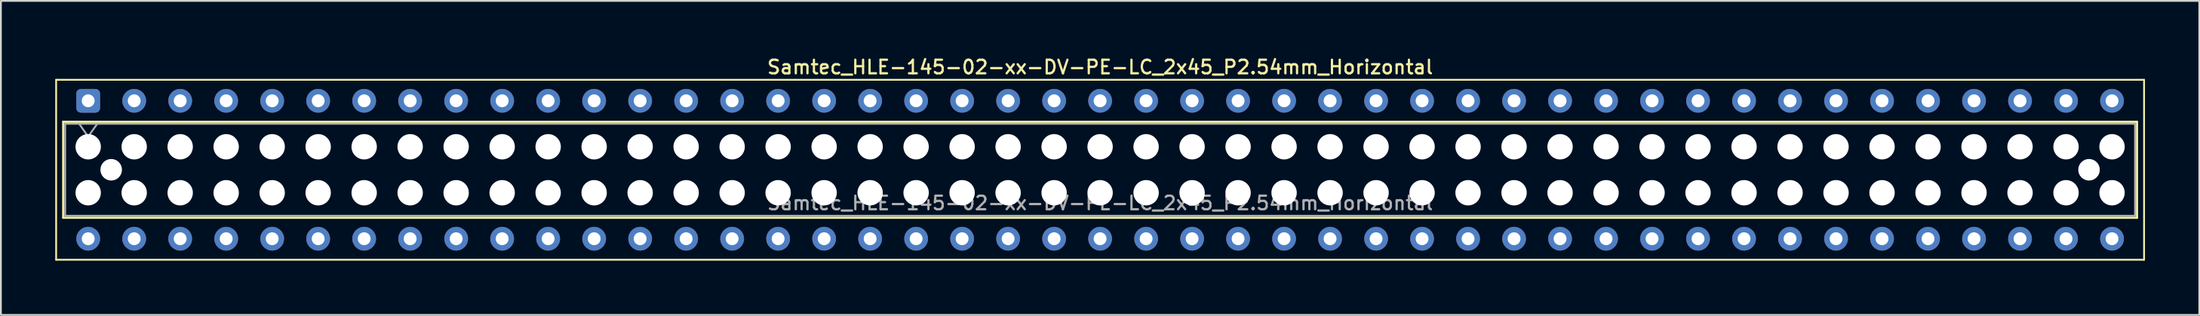
<source format=kicad_pcb>
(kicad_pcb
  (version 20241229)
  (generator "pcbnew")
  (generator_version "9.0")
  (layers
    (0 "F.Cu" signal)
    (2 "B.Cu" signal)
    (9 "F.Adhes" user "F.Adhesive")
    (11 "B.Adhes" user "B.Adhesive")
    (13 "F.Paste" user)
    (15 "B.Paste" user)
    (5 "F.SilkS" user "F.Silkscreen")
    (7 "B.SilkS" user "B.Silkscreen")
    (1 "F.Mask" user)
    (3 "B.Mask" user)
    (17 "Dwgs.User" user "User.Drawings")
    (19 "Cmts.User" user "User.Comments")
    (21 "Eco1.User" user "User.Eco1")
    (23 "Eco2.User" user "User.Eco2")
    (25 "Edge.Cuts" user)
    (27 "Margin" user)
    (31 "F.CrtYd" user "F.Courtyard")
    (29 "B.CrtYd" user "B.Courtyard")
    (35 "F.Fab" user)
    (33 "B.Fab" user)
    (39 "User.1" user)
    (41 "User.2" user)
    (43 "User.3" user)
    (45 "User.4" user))
  (footprint "Samtec_HLE-145-02-xx-DV-PE-LC_2x45_P2.54mm_Horizontal"
    (layer "F.Cu")
    (at 1.82 2.518)
    (property "Reference" "Samtec_HLE-145-02-xx-DV-PE-LC_2x45_P2.54mm_Horizontal" (at 55.88 -1.86 0) (layer "F.SilkS") (effects (font (size 0.75 0.75) (thickness 0.125))))
    (attr through_hole)
    (fp_line (start -1.77 -1.16) (end 113.53 -1.16) (stroke (width 0.1) (type solid)) (layer "F.SilkS"))
    (fp_line (start -1.77 8.78) (end -1.77 -1.16) (stroke (width 0.1) (type solid)) (layer "F.SilkS"))
    (fp_line (start -1.38 1.16) (end 113.14 1.16) (stroke (width 0.12) (type solid)) (layer "F.SilkS"))
    (fp_line (start -1.38 6.46) (end -1.38 1.16) (stroke (width 0.12) (type solid)) (layer "F.SilkS"))
    (fp_line (start 113.14 1.16) (end 113.14 6.46) (stroke (width 0.12) (type solid)) (layer "F.SilkS"))
    (fp_line (start 113.14 6.46) (end -1.38 6.46) (stroke (width 0.12) (type solid)) (layer "F.SilkS"))
    (fp_line (start 113.53 -1.16) (end 113.53 8.78) (stroke (width 0.1) (type solid)) (layer "F.SilkS"))
    (fp_line (start 113.53 8.78) (end -1.77 8.78) (stroke (width 0.1) (type solid)) (layer "F.SilkS"))
    (fp_line (start -1.27 1.27) (end 113.03 1.27) (stroke (width 0.1) (type solid)) (layer "F.Fab"))
    (fp_line (start -1.27 6.35) (end -1.27 1.27) (stroke (width 0.1) (type solid)) (layer "F.Fab"))
    (fp_line (start -0.5 1.27) (end 0 1.977) (stroke (width 0.1) (type solid)) (layer "F.Fab"))
    (fp_line (start 0 1.977) (end 0.5 1.27) (stroke (width 0.1) (type solid)) (layer "F.Fab"))
    (fp_line (start 113.03 1.27) (end 113.03 6.35) (stroke (width 0.1) (type solid)) (layer "F.Fab"))
    (fp_line (start 113.03 6.35) (end -1.27 6.35) (stroke (width 0.1) (type solid)) (layer "F.Fab"))
    (fp_text user "${REFERENCE}" (at 55.88 5.65 0) (layer "F.Fab") (effects (font (size 0.75 0.75) (thickness 0.125))))
    (pad "" np_thru_hole circle (at 0 2.54) (size 1.4 1.4) (drill 1.4) (layers "*.Cu" "*.Mask"))
    (pad "" np_thru_hole circle (at 0 5.08) (size 1.4 1.4) (drill 1.4) (layers "*.Cu" "*.Mask"))
    (pad "" np_thru_hole circle (at 1.27 3.81) (size 1.19 1.19) (drill 1.19) (layers "*.Cu" "*.Mask"))
    (pad "" np_thru_hole circle (at 2.54 2.54) (size 1.4 1.4) (drill 1.4) (layers "*.Cu" "*.Mask"))
    (pad "" np_thru_hole circle (at 2.54 5.08) (size 1.4 1.4) (drill 1.4) (layers "*.Cu" "*.Mask"))
    (pad "" np_thru_hole circle (at 5.08 2.54) (size 1.4 1.4) (drill 1.4) (layers "*.Cu" "*.Mask"))
    (pad "" np_thru_hole circle (at 5.08 5.08) (size 1.4 1.4) (drill 1.4) (layers "*.Cu" "*.Mask"))
    (pad "" np_thru_hole circle (at 7.62 2.54) (size 1.4 1.4) (drill 1.4) (layers "*.Cu" "*.Mask"))
    (pad "" np_thru_hole circle (at 7.62 5.08) (size 1.4 1.4) (drill 1.4) (layers "*.Cu" "*.Mask"))
    (pad "" np_thru_hole circle (at 10.16 2.54) (size 1.4 1.4) (drill 1.4) (layers "*.Cu" "*.Mask"))
    (pad "" np_thru_hole circle (at 10.16 5.08) (size 1.4 1.4) (drill 1.4) (layers "*.Cu" "*.Mask"))
    (pad "" np_thru_hole circle (at 12.7 2.54) (size 1.4 1.4) (drill 1.4) (layers "*.Cu" "*.Mask"))
    (pad "" np_thru_hole circle (at 12.7 5.08) (size 1.4 1.4) (drill 1.4) (layers "*.Cu" "*.Mask"))
    (pad "" np_thru_hole circle (at 15.24 2.54) (size 1.4 1.4) (drill 1.4) (layers "*.Cu" "*.Mask"))
    (pad "" np_thru_hole circle (at 15.24 5.08) (size 1.4 1.4) (drill 1.4) (layers "*.Cu" "*.Mask"))
    (pad "" np_thru_hole circle (at 17.78 2.54) (size 1.4 1.4) (drill 1.4) (layers "*.Cu" "*.Mask"))
    (pad "" np_thru_hole circle (at 17.78 5.08) (size 1.4 1.4) (drill 1.4) (layers "*.Cu" "*.Mask"))
    (pad "" np_thru_hole circle (at 20.32 2.54) (size 1.4 1.4) (drill 1.4) (layers "*.Cu" "*.Mask"))
    (pad "" np_thru_hole circle (at 20.32 5.08) (size 1.4 1.4) (drill 1.4) (layers "*.Cu" "*.Mask"))
    (pad "" np_thru_hole circle (at 22.86 2.54) (size 1.4 1.4) (drill 1.4) (layers "*.Cu" "*.Mask"))
    (pad "" np_thru_hole circle (at 22.86 5.08) (size 1.4 1.4) (drill 1.4) (layers "*.Cu" "*.Mask"))
    (pad "" np_thru_hole circle (at 25.4 2.54) (size 1.4 1.4) (drill 1.4) (layers "*.Cu" "*.Mask"))
    (pad "" np_thru_hole circle (at 25.4 5.08) (size 1.4 1.4) (drill 1.4) (layers "*.Cu" "*.Mask"))
    (pad "" np_thru_hole circle (at 27.94 2.54) (size 1.4 1.4) (drill 1.4) (layers "*.Cu" "*.Mask"))
    (pad "" np_thru_hole circle (at 27.94 5.08) (size 1.4 1.4) (drill 1.4) (layers "*.Cu" "*.Mask"))
    (pad "" np_thru_hole circle (at 30.48 2.54) (size 1.4 1.4) (drill 1.4) (layers "*.Cu" "*.Mask"))
    (pad "" np_thru_hole circle (at 30.48 5.08) (size 1.4 1.4) (drill 1.4) (layers "*.Cu" "*.Mask"))
    (pad "" np_thru_hole circle (at 33.02 2.54) (size 1.4 1.4) (drill 1.4) (layers "*.Cu" "*.Mask"))
    (pad "" np_thru_hole circle (at 33.02 5.08) (size 1.4 1.4) (drill 1.4) (layers "*.Cu" "*.Mask"))
    (pad "" np_thru_hole circle (at 35.56 2.54) (size 1.4 1.4) (drill 1.4) (layers "*.Cu" "*.Mask"))
    (pad "" np_thru_hole circle (at 35.56 5.08) (size 1.4 1.4) (drill 1.4) (layers "*.Cu" "*.Mask"))
    (pad "" np_thru_hole circle (at 38.1 2.54) (size 1.4 1.4) (drill 1.4) (layers "*.Cu" "*.Mask"))
    (pad "" np_thru_hole circle (at 38.1 5.08) (size 1.4 1.4) (drill 1.4) (layers "*.Cu" "*.Mask"))
    (pad "" np_thru_hole circle (at 40.64 2.54) (size 1.4 1.4) (drill 1.4) (layers "*.Cu" "*.Mask"))
    (pad "" np_thru_hole circle (at 40.64 5.08) (size 1.4 1.4) (drill 1.4) (layers "*.Cu" "*.Mask"))
    (pad "" np_thru_hole circle (at 43.18 2.54) (size 1.4 1.4) (drill 1.4) (layers "*.Cu" "*.Mask"))
    (pad "" np_thru_hole circle (at 43.18 5.08) (size 1.4 1.4) (drill 1.4) (layers "*.Cu" "*.Mask"))
    (pad "" np_thru_hole circle (at 45.72 2.54) (size 1.4 1.4) (drill 1.4) (layers "*.Cu" "*.Mask"))
    (pad "" np_thru_hole circle (at 45.72 5.08) (size 1.4 1.4) (drill 1.4) (layers "*.Cu" "*.Mask"))
    (pad "" np_thru_hole circle (at 48.26 2.54) (size 1.4 1.4) (drill 1.4) (layers "*.Cu" "*.Mask"))
    (pad "" np_thru_hole circle (at 48.26 5.08) (size 1.4 1.4) (drill 1.4) (layers "*.Cu" "*.Mask"))
    (pad "" np_thru_hole circle (at 50.8 2.54) (size 1.4 1.4) (drill 1.4) (layers "*.Cu" "*.Mask"))
    (pad "" np_thru_hole circle (at 50.8 5.08) (size 1.4 1.4) (drill 1.4) (layers "*.Cu" "*.Mask"))
    (pad "" np_thru_hole circle (at 53.34 2.54) (size 1.4 1.4) (drill 1.4) (layers "*.Cu" "*.Mask"))
    (pad "" np_thru_hole circle (at 53.34 5.08) (size 1.4 1.4) (drill 1.4) (layers "*.Cu" "*.Mask"))
    (pad "" np_thru_hole circle (at 55.88 2.54) (size 1.4 1.4) (drill 1.4) (layers "*.Cu" "*.Mask"))
    (pad "" np_thru_hole circle (at 55.88 5.08) (size 1.4 1.4) (drill 1.4) (layers "*.Cu" "*.Mask"))
    (pad "" np_thru_hole circle (at 58.42 2.54) (size 1.4 1.4) (drill 1.4) (layers "*.Cu" "*.Mask"))
    (pad "" np_thru_hole circle (at 58.42 5.08) (size 1.4 1.4) (drill 1.4) (layers "*.Cu" "*.Mask"))
    (pad "" np_thru_hole circle (at 60.96 2.54) (size 1.4 1.4) (drill 1.4) (layers "*.Cu" "*.Mask"))
    (pad "" np_thru_hole circle (at 60.96 5.08) (size 1.4 1.4) (drill 1.4) (layers "*.Cu" "*.Mask"))
    (pad "" np_thru_hole circle (at 63.5 2.54) (size 1.4 1.4) (drill 1.4) (layers "*.Cu" "*.Mask"))
    (pad "" np_thru_hole circle (at 63.5 5.08) (size 1.4 1.4) (drill 1.4) (layers "*.Cu" "*.Mask"))
    (pad "" np_thru_hole circle (at 66.04 2.54) (size 1.4 1.4) (drill 1.4) (layers "*.Cu" "*.Mask"))
    (pad "" np_thru_hole circle (at 66.04 5.08) (size 1.4 1.4) (drill 1.4) (layers "*.Cu" "*.Mask"))
    (pad "" np_thru_hole circle (at 68.58 2.54) (size 1.4 1.4) (drill 1.4) (layers "*.Cu" "*.Mask"))
    (pad "" np_thru_hole circle (at 68.58 5.08) (size 1.4 1.4) (drill 1.4) (layers "*.Cu" "*.Mask"))
    (pad "" np_thru_hole circle (at 71.12 2.54) (size 1.4 1.4) (drill 1.4) (layers "*.Cu" "*.Mask"))
    (pad "" np_thru_hole circle (at 71.12 5.08) (size 1.4 1.4) (drill 1.4) (layers "*.Cu" "*.Mask"))
    (pad "" np_thru_hole circle (at 73.66 2.54) (size 1.4 1.4) (drill 1.4) (layers "*.Cu" "*.Mask"))
    (pad "" np_thru_hole circle (at 73.66 5.08) (size 1.4 1.4) (drill 1.4) (layers "*.Cu" "*.Mask"))
    (pad "" np_thru_hole circle (at 76.2 2.54) (size 1.4 1.4) (drill 1.4) (layers "*.Cu" "*.Mask"))
    (pad "" np_thru_hole circle (at 76.2 5.08) (size 1.4 1.4) (drill 1.4) (layers "*.Cu" "*.Mask"))
    (pad "" np_thru_hole circle (at 78.74 2.54) (size 1.4 1.4) (drill 1.4) (layers "*.Cu" "*.Mask"))
    (pad "" np_thru_hole circle (at 78.74 5.08) (size 1.4 1.4) (drill 1.4) (layers "*.Cu" "*.Mask"))
    (pad "" np_thru_hole circle (at 81.28 2.54) (size 1.4 1.4) (drill 1.4) (layers "*.Cu" "*.Mask"))
    (pad "" np_thru_hole circle (at 81.28 5.08) (size 1.4 1.4) (drill 1.4) (layers "*.Cu" "*.Mask"))
    (pad "" np_thru_hole circle (at 83.82 2.54) (size 1.4 1.4) (drill 1.4) (layers "*.Cu" "*.Mask"))
    (pad "" np_thru_hole circle (at 83.82 5.08) (size 1.4 1.4) (drill 1.4) (layers "*.Cu" "*.Mask"))
    (pad "" np_thru_hole circle (at 86.36 2.54) (size 1.4 1.4) (drill 1.4) (layers "*.Cu" "*.Mask"))
    (pad "" np_thru_hole circle (at 86.36 5.08) (size 1.4 1.4) (drill 1.4) (layers "*.Cu" "*.Mask"))
    (pad "" np_thru_hole circle (at 88.9 2.54) (size 1.4 1.4) (drill 1.4) (layers "*.Cu" "*.Mask"))
    (pad "" np_thru_hole circle (at 88.9 5.08) (size 1.4 1.4) (drill 1.4) (layers "*.Cu" "*.Mask"))
    (pad "" np_thru_hole circle (at 91.44 2.54) (size 1.4 1.4) (drill 1.4) (layers "*.Cu" "*.Mask"))
    (pad "" np_thru_hole circle (at 91.44 5.08) (size 1.4 1.4) (drill 1.4) (layers "*.Cu" "*.Mask"))
    (pad "" np_thru_hole circle (at 93.98 2.54) (size 1.4 1.4) (drill 1.4) (layers "*.Cu" "*.Mask"))
    (pad "" np_thru_hole circle (at 93.98 5.08) (size 1.4 1.4) (drill 1.4) (layers "*.Cu" "*.Mask"))
    (pad "" np_thru_hole circle (at 96.52 2.54) (size 1.4 1.4) (drill 1.4) (layers "*.Cu" "*.Mask"))
    (pad "" np_thru_hole circle (at 96.52 5.08) (size 1.4 1.4) (drill 1.4) (layers "*.Cu" "*.Mask"))
    (pad "" np_thru_hole circle (at 99.06 2.54) (size 1.4 1.4) (drill 1.4) (layers "*.Cu" "*.Mask"))
    (pad "" np_thru_hole circle (at 99.06 5.08) (size 1.4 1.4) (drill 1.4) (layers "*.Cu" "*.Mask"))
    (pad "" np_thru_hole circle (at 101.6 2.54) (size 1.4 1.4) (drill 1.4) (layers "*.Cu" "*.Mask"))
    (pad "" np_thru_hole circle (at 101.6 5.08) (size 1.4 1.4) (drill 1.4) (layers "*.Cu" "*.Mask"))
    (pad "" np_thru_hole circle (at 104.14 2.54) (size 1.4 1.4) (drill 1.4) (layers "*.Cu" "*.Mask"))
    (pad "" np_thru_hole circle (at 104.14 5.08) (size 1.4 1.4) (drill 1.4) (layers "*.Cu" "*.Mask"))
    (pad "" np_thru_hole circle (at 106.68 2.54) (size 1.4 1.4) (drill 1.4) (layers "*.Cu" "*.Mask"))
    (pad "" np_thru_hole circle (at 106.68 5.08) (size 1.4 1.4) (drill 1.4) (layers "*.Cu" "*.Mask"))
    (pad "" np_thru_hole circle (at 109.22 2.54) (size 1.4 1.4) (drill 1.4) (layers "*.Cu" "*.Mask"))
    (pad "" np_thru_hole circle (at 109.22 5.08) (size 1.4 1.4) (drill 1.4) (layers "*.Cu" "*.Mask"))
    (pad "" np_thru_hole circle (at 110.49 3.81) (size 1.19 1.19) (drill 1.19) (layers "*.Cu" "*.Mask"))
    (pad "" np_thru_hole circle (at 111.76 2.54) (size 1.4 1.4) (drill 1.4) (layers "*.Cu" "*.Mask"))
    (pad "" np_thru_hole circle (at 111.76 5.08) (size 1.4 1.4) (drill 1.4) (layers "*.Cu" "*.Mask"))
    (pad "1" thru_hole roundrect (at 0 0) (size 1.31 1.31) (drill 0.71) (layers "*.Cu" "*.Mask") (roundrect_rratio 0.191))
    (pad "2" thru_hole circle (at 0 7.62) (size 1.31 1.31) (drill 0.71) (layers "*.Cu" "*.Mask"))
    (pad "3" thru_hole circle (at 2.54 0) (size 1.31 1.31) (drill 0.71) (layers "*.Cu" "*.Mask"))
    (pad "4" thru_hole circle (at 2.54 7.62) (size 1.31 1.31) (drill 0.71) (layers "*.Cu" "*.Mask"))
    (pad "5" thru_hole circle (at 5.08 0) (size 1.31 1.31) (drill 0.71) (layers "*.Cu" "*.Mask"))
    (pad "6" thru_hole circle (at 5.08 7.62) (size 1.31 1.31) (drill 0.71) (layers "*.Cu" "*.Mask"))
    (pad "7" thru_hole circle (at 7.62 0) (size 1.31 1.31) (drill 0.71) (layers "*.Cu" "*.Mask"))
    (pad "8" thru_hole circle (at 7.62 7.62) (size 1.31 1.31) (drill 0.71) (layers "*.Cu" "*.Mask"))
    (pad "9" thru_hole circle (at 10.16 0) (size 1.31 1.31) (drill 0.71) (layers "*.Cu" "*.Mask"))
    (pad "10" thru_hole circle (at 10.16 7.62) (size 1.31 1.31) (drill 0.71) (layers "*.Cu" "*.Mask"))
    (pad "11" thru_hole circle (at 12.7 0) (size 1.31 1.31) (drill 0.71) (layers "*.Cu" "*.Mask"))
    (pad "12" thru_hole circle (at 12.7 7.62) (size 1.31 1.31) (drill 0.71) (layers "*.Cu" "*.Mask"))
    (pad "13" thru_hole circle (at 15.24 0) (size 1.31 1.31) (drill 0.71) (layers "*.Cu" "*.Mask"))
    (pad "14" thru_hole circle (at 15.24 7.62) (size 1.31 1.31) (drill 0.71) (layers "*.Cu" "*.Mask"))
    (pad "15" thru_hole circle (at 17.78 0) (size 1.31 1.31) (drill 0.71) (layers "*.Cu" "*.Mask"))
    (pad "16" thru_hole circle (at 17.78 7.62) (size 1.31 1.31) (drill 0.71) (layers "*.Cu" "*.Mask"))
    (pad "17" thru_hole circle (at 20.32 0) (size 1.31 1.31) (drill 0.71) (layers "*.Cu" "*.Mask"))
    (pad "18" thru_hole circle (at 20.32 7.62) (size 1.31 1.31) (drill 0.71) (layers "*.Cu" "*.Mask"))
    (pad "19" thru_hole circle (at 22.86 0) (size 1.31 1.31) (drill 0.71) (layers "*.Cu" "*.Mask"))
    (pad "20" thru_hole circle (at 22.86 7.62) (size 1.31 1.31) (drill 0.71) (layers "*.Cu" "*.Mask"))
    (pad "21" thru_hole circle (at 25.4 0) (size 1.31 1.31) (drill 0.71) (layers "*.Cu" "*.Mask"))
    (pad "22" thru_hole circle (at 25.4 7.62) (size 1.31 1.31) (drill 0.71) (layers "*.Cu" "*.Mask"))
    (pad "23" thru_hole circle (at 27.94 0) (size 1.31 1.31) (drill 0.71) (layers "*.Cu" "*.Mask"))
    (pad "24" thru_hole circle (at 27.94 7.62) (size 1.31 1.31) (drill 0.71) (layers "*.Cu" "*.Mask"))
    (pad "25" thru_hole circle (at 30.48 0) (size 1.31 1.31) (drill 0.71) (layers "*.Cu" "*.Mask"))
    (pad "26" thru_hole circle (at 30.48 7.62) (size 1.31 1.31) (drill 0.71) (layers "*.Cu" "*.Mask"))
    (pad "27" thru_hole circle (at 33.02 0) (size 1.31 1.31) (drill 0.71) (layers "*.Cu" "*.Mask"))
    (pad "28" thru_hole circle (at 33.02 7.62) (size 1.31 1.31) (drill 0.71) (layers "*.Cu" "*.Mask"))
    (pad "29" thru_hole circle (at 35.56 0) (size 1.31 1.31) (drill 0.71) (layers "*.Cu" "*.Mask"))
    (pad "30" thru_hole circle (at 35.56 7.62) (size 1.31 1.31) (drill 0.71) (layers "*.Cu" "*.Mask"))
    (pad "31" thru_hole circle (at 38.1 0) (size 1.31 1.31) (drill 0.71) (layers "*.Cu" "*.Mask"))
    (pad "32" thru_hole circle (at 38.1 7.62) (size 1.31 1.31) (drill 0.71) (layers "*.Cu" "*.Mask"))
    (pad "33" thru_hole circle (at 40.64 0) (size 1.31 1.31) (drill 0.71) (layers "*.Cu" "*.Mask"))
    (pad "34" thru_hole circle (at 40.64 7.62) (size 1.31 1.31) (drill 0.71) (layers "*.Cu" "*.Mask"))
    (pad "35" thru_hole circle (at 43.18 0) (size 1.31 1.31) (drill 0.71) (layers "*.Cu" "*.Mask"))
    (pad "36" thru_hole circle (at 43.18 7.62) (size 1.31 1.31) (drill 0.71) (layers "*.Cu" "*.Mask"))
    (pad "37" thru_hole circle (at 45.72 0) (size 1.31 1.31) (drill 0.71) (layers "*.Cu" "*.Mask"))
    (pad "38" thru_hole circle (at 45.72 7.62) (size 1.31 1.31) (drill 0.71) (layers "*.Cu" "*.Mask"))
    (pad "39" thru_hole circle (at 48.26 0) (size 1.31 1.31) (drill 0.71) (layers "*.Cu" "*.Mask"))
    (pad "40" thru_hole circle (at 48.26 7.62) (size 1.31 1.31) (drill 0.71) (layers "*.Cu" "*.Mask"))
    (pad "41" thru_hole circle (at 50.8 0) (size 1.31 1.31) (drill 0.71) (layers "*.Cu" "*.Mask"))
    (pad "42" thru_hole circle (at 50.8 7.62) (size 1.31 1.31) (drill 0.71) (layers "*.Cu" "*.Mask"))
    (pad "43" thru_hole circle (at 53.34 0) (size 1.31 1.31) (drill 0.71) (layers "*.Cu" "*.Mask"))
    (pad "44" thru_hole circle (at 53.34 7.62) (size 1.31 1.31) (drill 0.71) (layers "*.Cu" "*.Mask"))
    (pad "45" thru_hole circle (at 55.88 0) (size 1.31 1.31) (drill 0.71) (layers "*.Cu" "*.Mask"))
    (pad "46" thru_hole circle (at 55.88 7.62) (size 1.31 1.31) (drill 0.71) (layers "*.Cu" "*.Mask"))
    (pad "47" thru_hole circle (at 58.42 0) (size 1.31 1.31) (drill 0.71) (layers "*.Cu" "*.Mask"))
    (pad "48" thru_hole circle (at 58.42 7.62) (size 1.31 1.31) (drill 0.71) (layers "*.Cu" "*.Mask"))
    (pad "49" thru_hole circle (at 60.96 0) (size 1.31 1.31) (drill 0.71) (layers "*.Cu" "*.Mask"))
    (pad "50" thru_hole circle (at 60.96 7.62) (size 1.31 1.31) (drill 0.71) (layers "*.Cu" "*.Mask"))
    (pad "51" thru_hole circle (at 63.5 0) (size 1.31 1.31) (drill 0.71) (layers "*.Cu" "*.Mask"))
    (pad "52" thru_hole circle (at 63.5 7.62) (size 1.31 1.31) (drill 0.71) (layers "*.Cu" "*.Mask"))
    (pad "53" thru_hole circle (at 66.04 0) (size 1.31 1.31) (drill 0.71) (layers "*.Cu" "*.Mask"))
    (pad "54" thru_hole circle (at 66.04 7.62) (size 1.31 1.31) (drill 0.71) (layers "*.Cu" "*.Mask"))
    (pad "55" thru_hole circle (at 68.58 0) (size 1.31 1.31) (drill 0.71) (layers "*.Cu" "*.Mask"))
    (pad "56" thru_hole circle (at 68.58 7.62) (size 1.31 1.31) (drill 0.71) (layers "*.Cu" "*.Mask"))
    (pad "57" thru_hole circle (at 71.12 0) (size 1.31 1.31) (drill 0.71) (layers "*.Cu" "*.Mask"))
    (pad "58" thru_hole circle (at 71.12 7.62) (size 1.31 1.31) (drill 0.71) (layers "*.Cu" "*.Mask"))
    (pad "59" thru_hole circle (at 73.66 0) (size 1.31 1.31) (drill 0.71) (layers "*.Cu" "*.Mask"))
    (pad "60" thru_hole circle (at 73.66 7.62) (size 1.31 1.31) (drill 0.71) (layers "*.Cu" "*.Mask"))
    (pad "61" thru_hole circle (at 76.2 0) (size 1.31 1.31) (drill 0.71) (layers "*.Cu" "*.Mask"))
    (pad "62" thru_hole circle (at 76.2 7.62) (size 1.31 1.31) (drill 0.71) (layers "*.Cu" "*.Mask"))
    (pad "63" thru_hole circle (at 78.74 0) (size 1.31 1.31) (drill 0.71) (layers "*.Cu" "*.Mask"))
    (pad "64" thru_hole circle (at 78.74 7.62) (size 1.31 1.31) (drill 0.71) (layers "*.Cu" "*.Mask"))
    (pad "65" thru_hole circle (at 81.28 0) (size 1.31 1.31) (drill 0.71) (layers "*.Cu" "*.Mask"))
    (pad "66" thru_hole circle (at 81.28 7.62) (size 1.31 1.31) (drill 0.71) (layers "*.Cu" "*.Mask"))
    (pad "67" thru_hole circle (at 83.82 0) (size 1.31 1.31) (drill 0.71) (layers "*.Cu" "*.Mask"))
    (pad "68" thru_hole circle (at 83.82 7.62) (size 1.31 1.31) (drill 0.71) (layers "*.Cu" "*.Mask"))
    (pad "69" thru_hole circle (at 86.36 0) (size 1.31 1.31) (drill 0.71) (layers "*.Cu" "*.Mask"))
    (pad "70" thru_hole circle (at 86.36 7.62) (size 1.31 1.31) (drill 0.71) (layers "*.Cu" "*.Mask"))
    (pad "71" thru_hole circle (at 88.9 0) (size 1.31 1.31) (drill 0.71) (layers "*.Cu" "*.Mask"))
    (pad "72" thru_hole circle (at 88.9 7.62) (size 1.31 1.31) (drill 0.71) (layers "*.Cu" "*.Mask"))
    (pad "73" thru_hole circle (at 91.44 0) (size 1.31 1.31) (drill 0.71) (layers "*.Cu" "*.Mask"))
    (pad "74" thru_hole circle (at 91.44 7.62) (size 1.31 1.31) (drill 0.71) (layers "*.Cu" "*.Mask"))
    (pad "75" thru_hole circle (at 93.98 0) (size 1.31 1.31) (drill 0.71) (layers "*.Cu" "*.Mask"))
    (pad "76" thru_hole circle (at 93.98 7.62) (size 1.31 1.31) (drill 0.71) (layers "*.Cu" "*.Mask"))
    (pad "77" thru_hole circle (at 96.52 0) (size 1.31 1.31) (drill 0.71) (layers "*.Cu" "*.Mask"))
    (pad "78" thru_hole circle (at 96.52 7.62) (size 1.31 1.31) (drill 0.71) (layers "*.Cu" "*.Mask"))
    (pad "79" thru_hole circle (at 99.06 0) (size 1.31 1.31) (drill 0.71) (layers "*.Cu" "*.Mask"))
    (pad "80" thru_hole circle (at 99.06 7.62) (size 1.31 1.31) (drill 0.71) (layers "*.Cu" "*.Mask"))
    (pad "81" thru_hole circle (at 101.6 0) (size 1.31 1.31) (drill 0.71) (layers "*.Cu" "*.Mask"))
    (pad "82" thru_hole circle (at 101.6 7.62) (size 1.31 1.31) (drill 0.71) (layers "*.Cu" "*.Mask"))
    (pad "83" thru_hole circle (at 104.14 0) (size 1.31 1.31) (drill 0.71) (layers "*.Cu" "*.Mask"))
    (pad "84" thru_hole circle (at 104.14 7.62) (size 1.31 1.31) (drill 0.71) (layers "*.Cu" "*.Mask"))
    (pad "85" thru_hole circle (at 106.68 0) (size 1.31 1.31) (drill 0.71) (layers "*.Cu" "*.Mask"))
    (pad "86" thru_hole circle (at 106.68 7.62) (size 1.31 1.31) (drill 0.71) (layers "*.Cu" "*.Mask"))
    (pad "87" thru_hole circle (at 109.22 0) (size 1.31 1.31) (drill 0.71) (layers "*.Cu" "*.Mask"))
    (pad "88" thru_hole circle (at 109.22 7.62) (size 1.31 1.31) (drill 0.71) (layers "*.Cu" "*.Mask"))
    (pad "89" thru_hole circle (at 111.76 0) (size 1.31 1.31) (drill 0.71) (layers "*.Cu" "*.Mask"))
    (pad "90" thru_hole circle (at 111.76 7.62) (size 1.31 1.31) (drill 0.71) (layers "*.Cu" "*.Mask")))
  (gr_rect
    (start -3 -3)
    (end 118.4 14.348)
    (stroke (width 0.1) (type default))
    (fill no)
    (layer "Edge.Cuts")))
</source>
